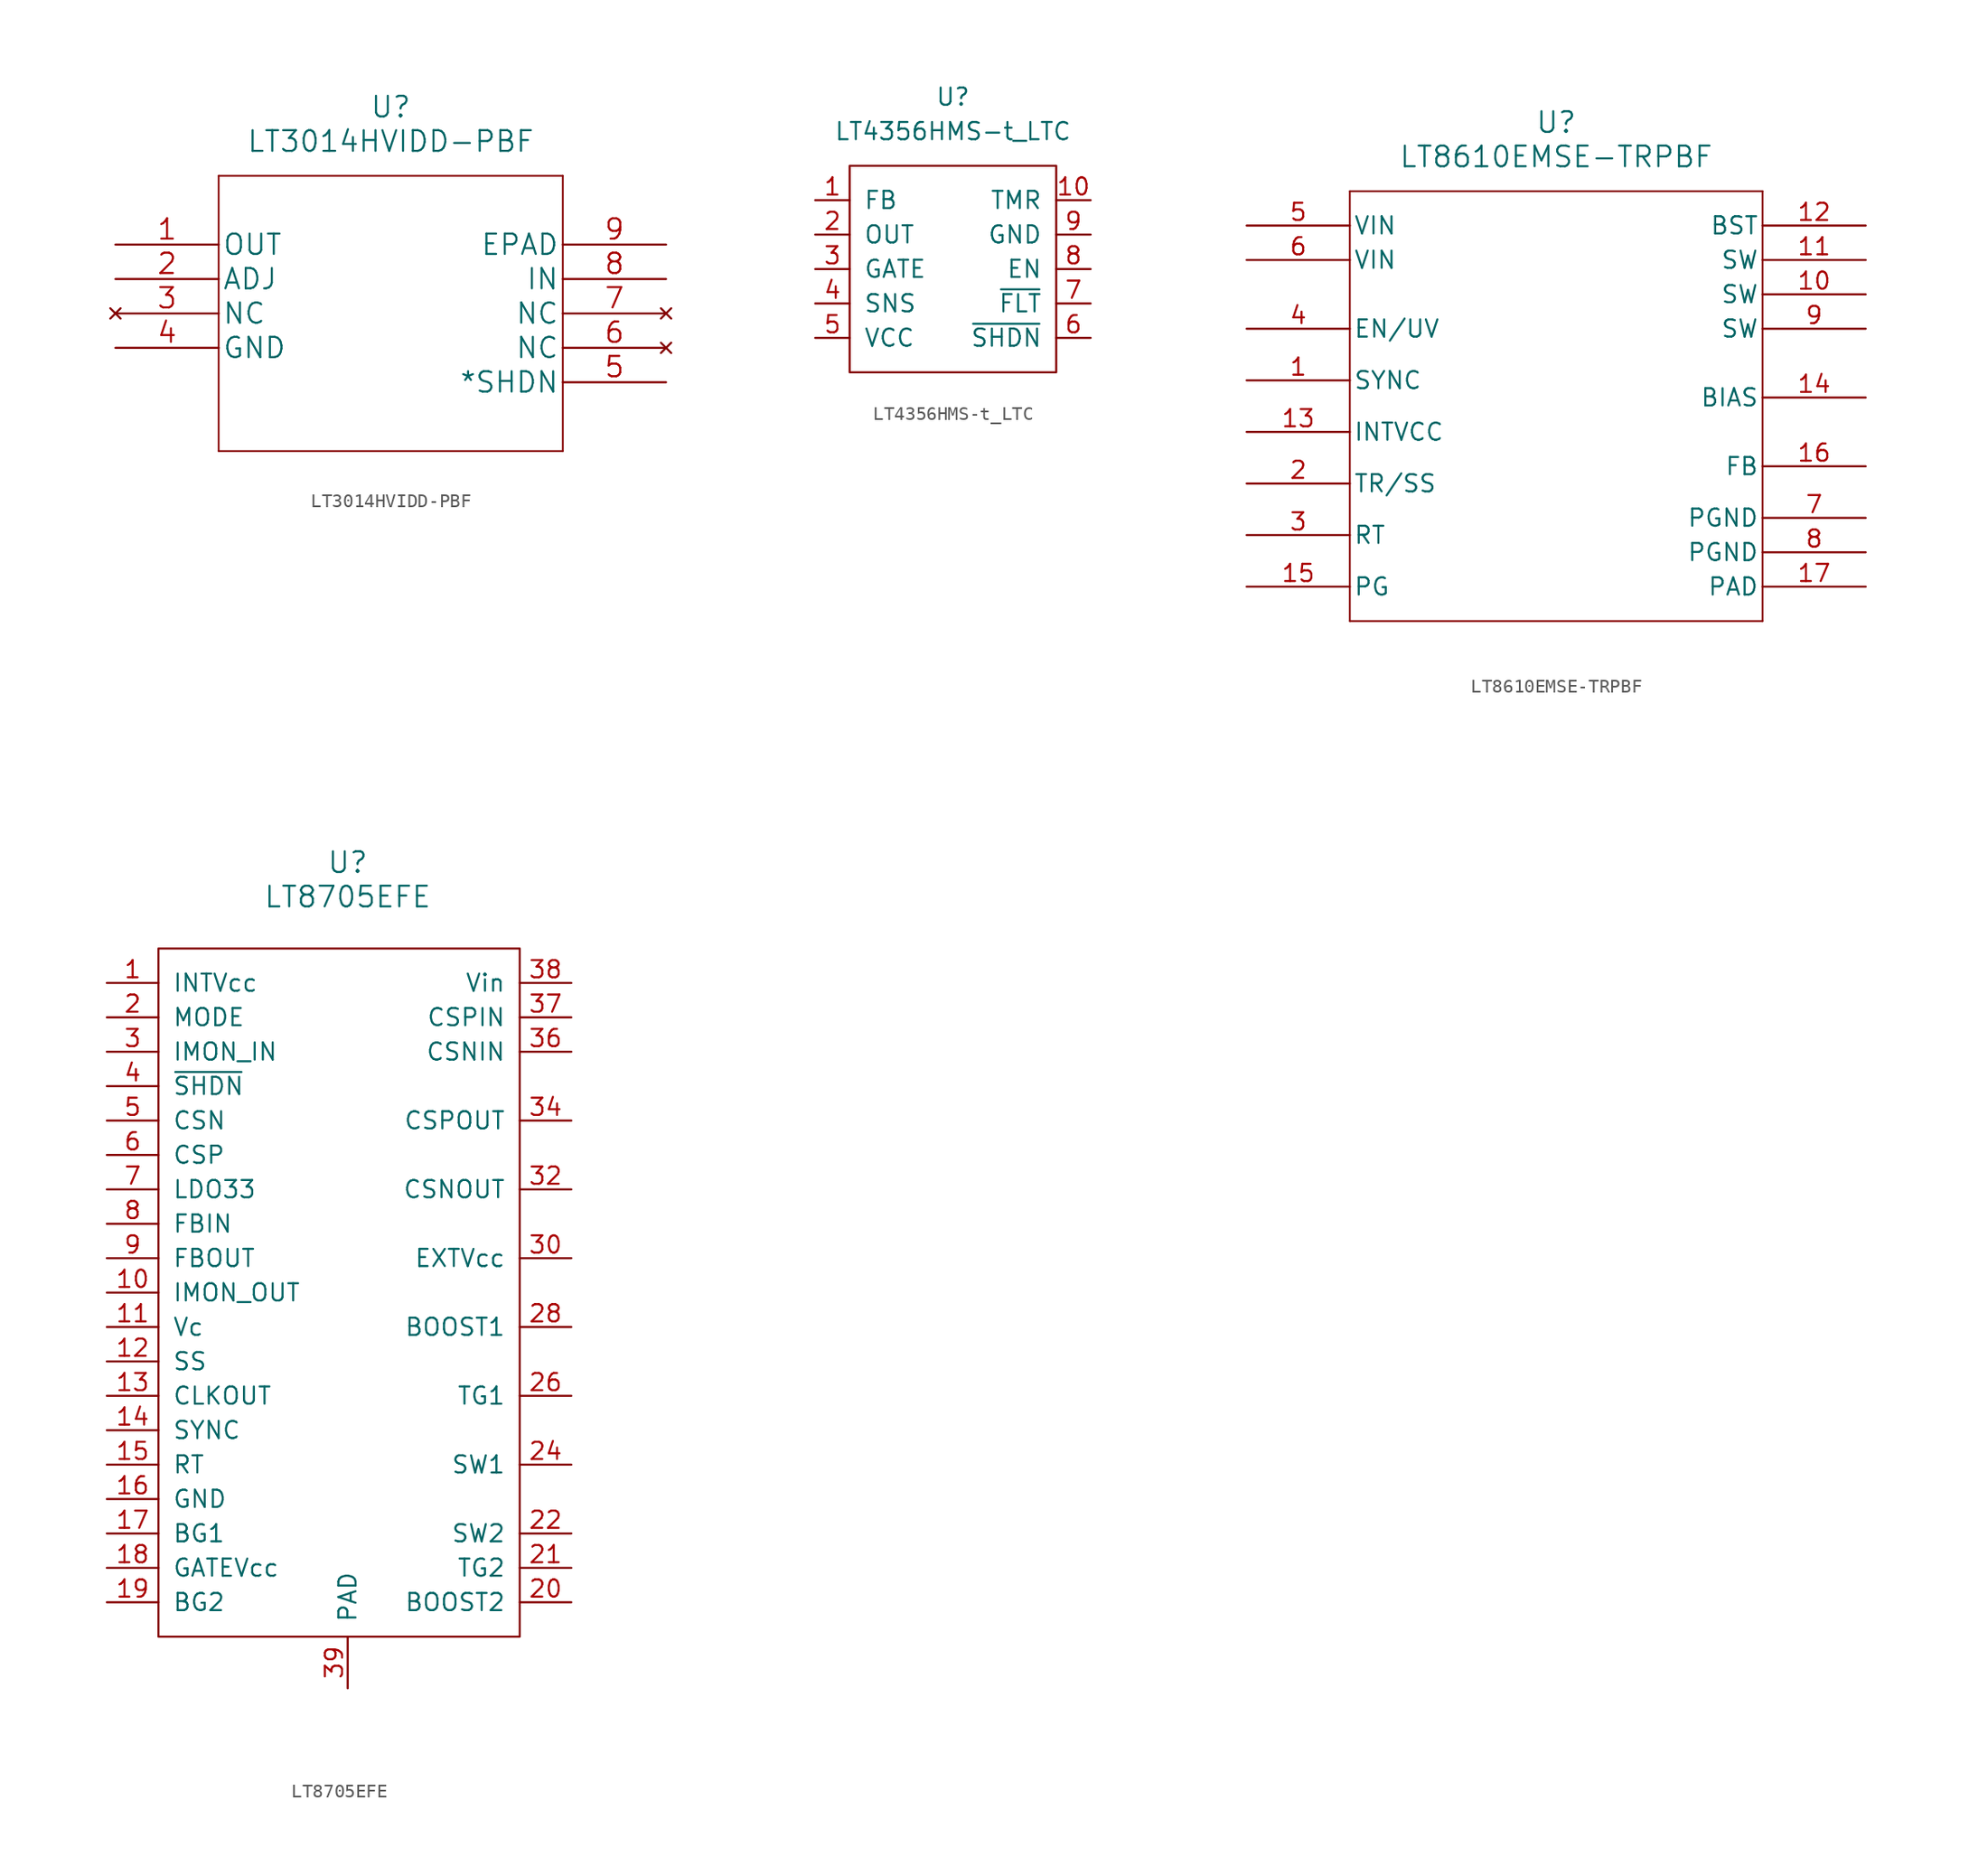
<source format=kicad_sym>
(kicad_symbol_lib
  (version 20220914)
  (generator kicad_symbol_editor)
  (symbol "LT3014HVIDD-PBF"
    (pin_names
      (offset 0.254))
    (property "Reference" "U"
      (at 20.32 10.16 0)
      (effects (font (size 1.524 1.524))))
    (property "Value" "LT3014HVIDD-PBF"
      (at 20.32 7.62 0)
      (effects (font (size 1.524 1.524))))
    (symbol "LT3014HVIDD-PBF_1_1"
      (polyline (pts (xy 7.62 -15.24) (xy 33.02 -15.24)) (stroke (width 0.127) (type default)) (fill (type none)))
      (polyline (pts (xy 7.62 5.08) (xy 7.62 -15.24)) (stroke (width 0.127) (type default)) (fill (type none)))
      (polyline (pts (xy 33.02 -15.24) (xy 33.02 5.08)) (stroke (width 0.127) (type default)) (fill (type none)))
      (polyline (pts (xy 33.02 5.08) (xy 7.62 5.08)) (stroke (width 0.127) (type default)) (fill (type none)))
      (pin output line (at 0 0 0) (length 7.62) (name "OUT" (effects (font (size 1.499 1.499)))) (number "1" (effects (font (size 1.499 1.499)))))
      (pin input line (at 0 -2.54 0) (length 7.62) (name "ADJ" (effects (font (size 1.499 1.499)))) (number "2" (effects (font (size 1.499 1.499)))))
      (pin no_connect line (at 0 -5.08 0) (length 7.62) (name "NC" (effects (font (size 1.499 1.499)))) (number "3" (effects (font (size 1.499 1.499)))))
      (pin power_in line (at 0 -7.62 0) (length 7.62) (name "GND" (effects (font (size 1.499 1.499)))) (number "4" (effects (font (size 1.499 1.499)))))
      (pin unspecified line (at 40.64 -10.16 180) (length 7.62) (name "*SHDN" (effects (font (size 1.499 1.499)))) (number "5" (effects (font (size 1.499 1.499)))))
      (pin no_connect line (at 40.64 -7.62 180) (length 7.62) (name "NC" (effects (font (size 1.499 1.499)))) (number "6" (effects (font (size 1.499 1.499)))))
      (pin no_connect line (at 40.64 -5.08 180) (length 7.62) (name "NC" (effects (font (size 1.499 1.499)))) (number "7" (effects (font (size 1.499 1.499)))))
      (pin input line (at 40.64 -2.54 180) (length 7.62) (name "IN" (effects (font (size 1.499 1.499)))) (number "8" (effects (font (size 1.499 1.499)))))
      (pin unspecified line (at 40.64 0 180) (length 7.62) (name "EPAD" (effects (font (size 1.499 1.499)))) (number "9" (effects (font (size 1.499 1.499)))))))
  (symbol "LT4356HMS-t_LTC"
    (pin_names
      (offset 1.016))
    (property "Reference" "U"
      (at 0 12.7 0)
      (effects (font (size 1.27 1.27))))
    (property "Value" "LT4356HMS-t_LTC"
      (at 0 10.16 0)
      (effects (font (size 1.27 1.27))))
    (symbol "LT4356HMS-t_LTC_0_1"
      (rectangle (start -7.62 7.62) (end 7.62 -7.62) (stroke (width 0) (type default)) (fill (type none))))
    (symbol "LT4356HMS-t_LTC_1_1"
      (pin input line (at -10.16 5.08 0) (length 2.54) (name "FB" (effects (font (size 1.27 1.27)))) (number "1" (effects (font (size 1.27 1.27)))))
      (pin input line (at 10.16 5.08 180) (length 2.54) (name "TMR" (effects (font (size 1.27 1.27)))) (number "10" (effects (font (size 1.27 1.27)))))
      (pin input line (at -10.16 2.54 0) (length 2.54) (name "OUT" (effects (font (size 1.27 1.27)))) (number "2" (effects (font (size 1.27 1.27)))))
      (pin input line (at -10.16 0 0) (length 2.54) (name "GATE" (effects (font (size 1.27 1.27)))) (number "3" (effects (font (size 1.27 1.27)))))
      (pin input line (at -10.16 -2.54 0) (length 2.54) (name "SNS" (effects (font (size 1.27 1.27)))) (number "4" (effects (font (size 1.27 1.27)))))
      (pin input line (at -10.16 -5.08 0) (length 2.54) (name "VCC" (effects (font (size 1.27 1.27)))) (number "5" (effects (font (size 1.27 1.27)))))
      (pin input line (at 10.16 -5.08 180) (length 2.54) (name "~{SHDN}" (effects (font (size 1.27 1.27)))) (number "6" (effects (font (size 1.27 1.27)))))
      (pin input line (at 10.16 -2.54 180) (length 2.54) (name "~{FLT}" (effects (font (size 1.27 1.27)))) (number "7" (effects (font (size 1.27 1.27)))))
      (pin input line (at 10.16 0 180) (length 2.54) (name "EN" (effects (font (size 1.27 1.27)))) (number "8" (effects (font (size 1.27 1.27)))))
      (pin input line (at 10.16 2.54 180) (length 2.54) (name "GND" (effects (font (size 1.27 1.27)))) (number "9" (effects (font (size 1.27 1.27)))))))
  (symbol "LT8610EMSE-TRPBF"
    (pin_names
      (offset 0.254))
    (property "Reference" "U"
      (at 0 20.32 0)
      (effects (font (size 1.524 1.524))))
    (property "Value" "LT8610EMSE-TRPBF"
      (at 0 17.78 0)
      (effects (font (size 1.524 1.524))))
    (symbol "LT8610EMSE-TRPBF_0_1"
      (polyline (pts (xy -15.24 -16.51) (xy 15.24 -16.51)) (stroke (width 0.127) (type default)) (fill (type none)))
      (polyline (pts (xy -15.24 15.24) (xy -15.24 -16.51)) (stroke (width 0.127) (type default)) (fill (type none)))
      (polyline (pts (xy 15.24 -16.51) (xy 15.24 15.24)) (stroke (width 0.127) (type default)) (fill (type none)))
      (polyline (pts (xy 15.24 15.24) (xy -15.24 15.24)) (stroke (width 0.127) (type default)) (fill (type none)))
      (pin input line (at -22.86 1.27 0) (length 7.62) (name "SYNC" (effects (font (size 1.27 1.27)))) (number "1" (effects (font (size 1.27 1.27)))))
      (pin power_in line (at 22.86 7.62 180) (length 7.62) (name "SW" (effects (font (size 1.27 1.27)))) (number "10" (effects (font (size 1.27 1.27)))))
      (pin power_in line (at 22.86 10.16 180) (length 7.62) (name "SW" (effects (font (size 1.27 1.27)))) (number "11" (effects (font (size 1.27 1.27)))))
      (pin power_in line (at 22.86 12.7 180) (length 7.62) (name "BST" (effects (font (size 1.27 1.27)))) (number "12" (effects (font (size 1.27 1.27)))))
      (pin power_in line (at -22.86 -2.54 0) (length 7.62) (name "INTVCC" (effects (font (size 1.27 1.27)))) (number "13" (effects (font (size 1.27 1.27)))))
      (pin power_in line (at 22.86 0 180) (length 7.62) (name "BIAS" (effects (font (size 1.27 1.27)))) (number "14" (effects (font (size 1.27 1.27)))))
      (pin output line (at -22.86 -13.97 0) (length 7.62) (name "PG" (effects (font (size 1.27 1.27)))) (number "15" (effects (font (size 1.27 1.27)))))
      (pin input line (at 22.86 -5.08 180) (length 7.62) (name "FB" (effects (font (size 1.27 1.27)))) (number "16" (effects (font (size 1.27 1.27)))))
      (pin unspecified line (at -22.86 -6.35 0) (length 7.62) (name "TR/SS" (effects (font (size 1.27 1.27)))) (number "2" (effects (font (size 1.27 1.27)))))
      (pin unspecified line (at -22.86 -10.16 0) (length 7.62) (name "RT" (effects (font (size 1.27 1.27)))) (number "3" (effects (font (size 1.27 1.27)))))
      (pin input line (at -22.86 5.08 0) (length 7.62) (name "EN/UV" (effects (font (size 1.27 1.27)))) (number "4" (effects (font (size 1.27 1.27)))))
      (pin power_in line (at -22.86 12.7 0) (length 7.62) (name "VIN" (effects (font (size 1.27 1.27)))) (number "5" (effects (font (size 1.27 1.27)))))
      (pin power_in line (at -22.86 10.16 0) (length 7.62) (name "VIN" (effects (font (size 1.27 1.27)))) (number "6" (effects (font (size 1.27 1.27)))))
      (pin power_out line (at 22.86 -8.89 180) (length 7.62) (name "PGND" (effects (font (size 1.27 1.27)))) (number "7" (effects (font (size 1.27 1.27)))))
      (pin power_out line (at 22.86 -11.43 180) (length 7.62) (name "PGND" (effects (font (size 1.27 1.27)))) (number "8" (effects (font (size 1.27 1.27)))))
      (pin power_in line (at 22.86 5.08 180) (length 7.62) (name "SW" (effects (font (size 1.27 1.27)))) (number "9" (effects (font (size 1.27 1.27))))))
    (symbol "LT8610EMSE-TRPBF_1_1"
      (pin power_out line (at 22.86 -13.97 180) (length 7.62) (name "PAD" (effects (font (size 1.27 1.27)))) (number "17" (effects (font (size 1.27 1.27)))))))
  (symbol "LT8705EFE"
    (pin_names
      (offset 1.016))
    (property "Reference" "U"
      (at 0 30.48 0)
      (effects (font (size 1.524 1.524))))
    (property "Value" "LT8705EFE"
      (at 0 27.94 0)
      (effects (font (size 1.524 1.524))))
    (property "Footprint" ""
      (at 1.27 13.97 0)
      (effects (font (size 1.524 1.524))))
    (property "Datasheet" ""
      (at 1.27 13.97 0)
      (effects (font (size 1.524 1.524))))
    (symbol "LT8705EFE_0_1"
      (rectangle (start -13.97 24.13) (end 12.7 -26.67) (stroke (width 0) (type default)) (fill (type none))))
    (symbol "LT8705EFE_1_1"
      (pin input line (at -17.78 21.59 0) (length 3.81) (name "INTVcc" (effects (font (size 1.27 1.27)))) (number "1" (effects (font (size 1.27 1.27)))))
      (pin input line (at -17.78 -1.27 0) (length 3.81) (name "IMON_OUT" (effects (font (size 1.27 1.27)))) (number "10" (effects (font (size 1.27 1.27)))))
      (pin input line (at -17.78 -3.81 0) (length 3.81) (name "Vc" (effects (font (size 1.27 1.27)))) (number "11" (effects (font (size 1.27 1.27)))))
      (pin input line (at -17.78 -6.35 0) (length 3.81) (name "SS" (effects (font (size 1.27 1.27)))) (number "12" (effects (font (size 1.27 1.27)))))
      (pin input line (at -17.78 -8.89 0) (length 3.81) (name "CLKOUT" (effects (font (size 1.27 1.27)))) (number "13" (effects (font (size 1.27 1.27)))))
      (pin input line (at -17.78 -11.43 0) (length 3.81) (name "SYNC" (effects (font (size 1.27 1.27)))) (number "14" (effects (font (size 1.27 1.27)))))
      (pin input line (at -17.78 -13.97 0) (length 3.81) (name "RT" (effects (font (size 1.27 1.27)))) (number "15" (effects (font (size 1.27 1.27)))))
      (pin input line (at -17.78 -16.51 0) (length 3.81) (name "GND" (effects (font (size 1.27 1.27)))) (number "16" (effects (font (size 1.27 1.27)))))
      (pin input line (at -17.78 -19.05 0) (length 3.81) (name "BG1" (effects (font (size 1.27 1.27)))) (number "17" (effects (font (size 1.27 1.27)))))
      (pin input line (at -17.78 -21.59 0) (length 3.81) (name "GATEVcc" (effects (font (size 1.27 1.27)))) (number "18" (effects (font (size 1.27 1.27)))))
      (pin input line (at -17.78 -24.13 0) (length 3.81) (name "BG2" (effects (font (size 1.27 1.27)))) (number "19" (effects (font (size 1.27 1.27)))))
      (pin input line (at -17.78 19.05 0) (length 3.81) (name "MODE" (effects (font (size 1.27 1.27)))) (number "2" (effects (font (size 1.27 1.27)))))
      (pin input line (at 16.51 -24.13 180) (length 3.81) (name "BOOST2" (effects (font (size 1.27 1.27)))) (number "20" (effects (font (size 1.27 1.27)))))
      (pin input line (at 16.51 -21.59 180) (length 3.81) (name "TG2" (effects (font (size 1.27 1.27)))) (number "21" (effects (font (size 1.27 1.27)))))
      (pin input line (at 16.51 -19.05 180) (length 3.81) (name "SW2" (effects (font (size 1.27 1.27)))) (number "22" (effects (font (size 1.27 1.27)))))
      (pin input line (at 16.51 -13.97 180) (length 3.81) (name "SW1" (effects (font (size 1.27 1.27)))) (number "24" (effects (font (size 1.27 1.27)))))
      (pin input line (at 16.51 -8.89 180) (length 3.81) (name "TG1" (effects (font (size 1.27 1.27)))) (number "26" (effects (font (size 1.27 1.27)))))
      (pin input line (at 16.51 -3.81 180) (length 3.81) (name "BOOST1" (effects (font (size 1.27 1.27)))) (number "28" (effects (font (size 1.27 1.27)))))
      (pin input line (at -17.78 16.51 0) (length 3.81) (name "IMON_IN" (effects (font (size 1.27 1.27)))) (number "3" (effects (font (size 1.27 1.27)))))
      (pin input line (at 16.51 1.27 180) (length 3.81) (name "EXTVcc" (effects (font (size 1.27 1.27)))) (number "30" (effects (font (size 1.27 1.27)))))
      (pin input line (at 16.51 6.35 180) (length 3.81) (name "CSNOUT" (effects (font (size 1.27 1.27)))) (number "32" (effects (font (size 1.27 1.27)))))
      (pin input line (at 16.51 11.43 180) (length 3.81) (name "CSPOUT" (effects (font (size 1.27 1.27)))) (number "34" (effects (font (size 1.27 1.27)))))
      (pin input line (at 16.51 16.51 180) (length 3.81) (name "CSNIN" (effects (font (size 1.27 1.27)))) (number "36" (effects (font (size 1.27 1.27)))))
      (pin input line (at 16.51 19.05 180) (length 3.81) (name "CSPIN" (effects (font (size 1.27 1.27)))) (number "37" (effects (font (size 1.27 1.27)))))
      (pin input line (at 16.51 21.59 180) (length 3.81) (name "Vin" (effects (font (size 1.27 1.27)))) (number "38" (effects (font (size 1.27 1.27)))))
      (pin input line (at 0 -30.48 90) (length 3.81) (name "PAD" (effects (font (size 1.27 1.27)))) (number "39" (effects (font (size 1.27 1.27)))))
      (pin input line (at -17.78 13.97 0) (length 3.81) (name "~{SHDN}" (effects (font (size 1.27 1.27)))) (number "4" (effects (font (size 1.27 1.27)))))
      (pin input line (at -17.78 11.43 0) (length 3.81) (name "CSN" (effects (font (size 1.27 1.27)))) (number "5" (effects (font (size 1.27 1.27)))))
      (pin input line (at -17.78 8.89 0) (length 3.81) (name "CSP" (effects (font (size 1.27 1.27)))) (number "6" (effects (font (size 1.27 1.27)))))
      (pin input line (at -17.78 6.35 0) (length 3.81) (name "LDO33" (effects (font (size 1.27 1.27)))) (number "7" (effects (font (size 1.27 1.27)))))
      (pin input line (at -17.78 3.81 0) (length 3.81) (name "FBIN" (effects (font (size 1.27 1.27)))) (number "8" (effects (font (size 1.27 1.27)))))
      (pin input line (at -17.78 1.27 0) (length 3.81) (name "FBOUT" (effects (font (size 1.27 1.27)))) (number "9" (effects (font (size 1.27 1.27))))))))
</source>
